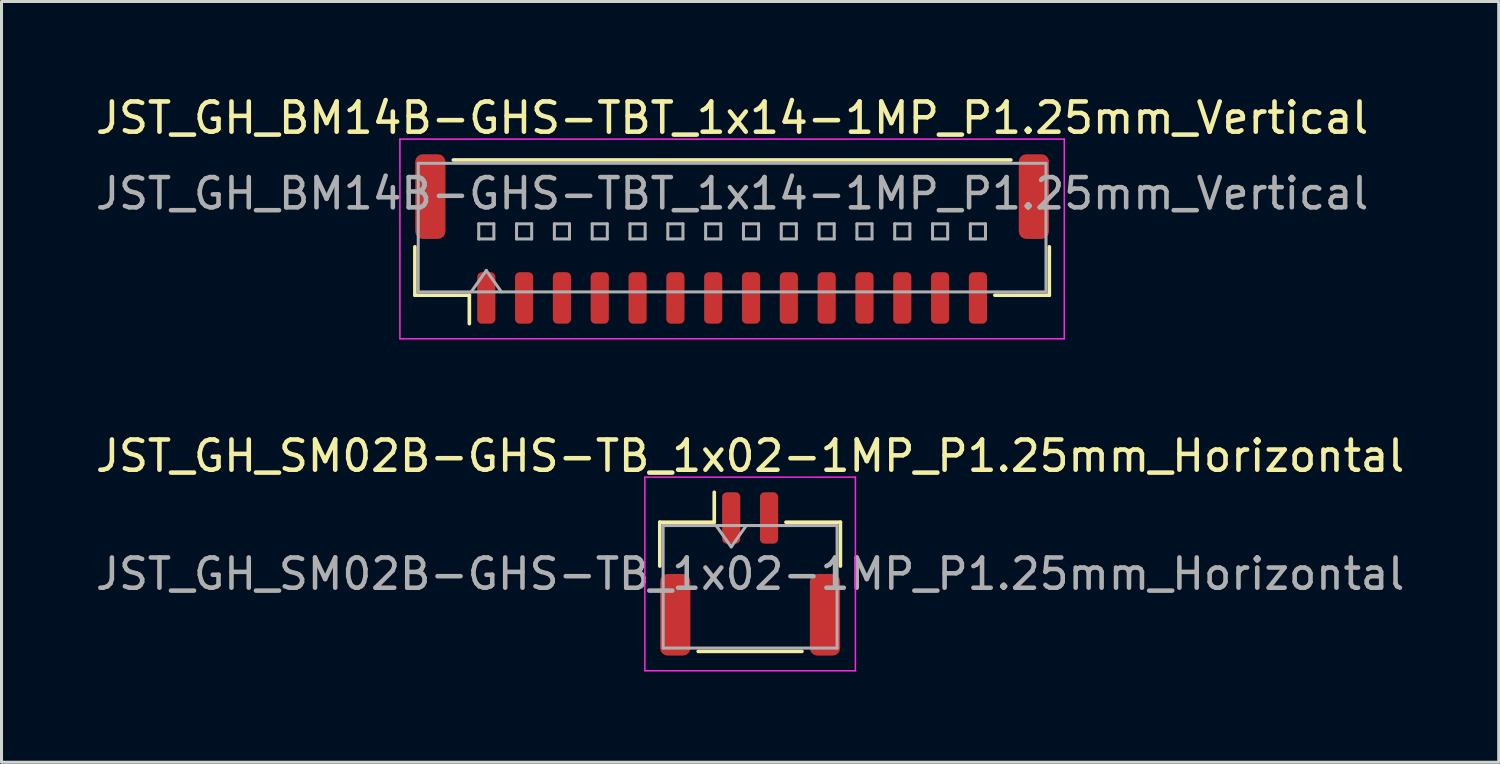
<source format=kicad_pcb>
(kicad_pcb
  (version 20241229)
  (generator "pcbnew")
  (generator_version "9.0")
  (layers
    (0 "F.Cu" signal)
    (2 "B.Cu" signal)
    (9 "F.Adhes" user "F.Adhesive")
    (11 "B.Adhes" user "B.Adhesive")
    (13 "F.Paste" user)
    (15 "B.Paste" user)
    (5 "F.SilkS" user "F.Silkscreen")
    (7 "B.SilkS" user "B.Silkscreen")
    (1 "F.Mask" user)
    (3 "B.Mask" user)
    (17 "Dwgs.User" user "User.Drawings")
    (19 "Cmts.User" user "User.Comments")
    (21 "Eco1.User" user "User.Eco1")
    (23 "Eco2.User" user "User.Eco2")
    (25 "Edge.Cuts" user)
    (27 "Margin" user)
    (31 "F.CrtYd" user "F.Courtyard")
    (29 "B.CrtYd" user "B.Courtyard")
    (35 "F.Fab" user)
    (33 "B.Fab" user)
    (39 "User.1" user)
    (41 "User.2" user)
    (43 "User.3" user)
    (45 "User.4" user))
  (footprint "JST_GH_SM02B-GHS-TB_1x02-1MP_P1.25mm_Horizontal"
    (layer "F.Cu")
    (at 21.744 15.921)
    (property "Reference" "JST_GH_SM02B-GHS-TB_1x02-1MP_P1.25mm_Horizontal" (at 0 -3.9 0) (layer "F.SilkS") (effects (font (size 1 1) (thickness 0.15))))
    (attr smd)
    (fp_line (start -2.985 -1.71) (end -1.185 -1.71) (stroke (width 0.12) (type solid)) (layer "F.SilkS"))
    (fp_line (start -2.985 -0.26) (end -2.985 -1.71) (stroke (width 0.12) (type solid)) (layer "F.SilkS"))
    (fp_line (start -1.715 2.56) (end 1.715 2.56) (stroke (width 0.12) (type solid)) (layer "F.SilkS"))
    (fp_line (start -1.185 -1.71) (end -1.185 -2.7) (stroke (width 0.12) (type solid)) (layer "F.SilkS"))
    (fp_line (start 2.985 -1.71) (end 1.185 -1.71) (stroke (width 0.12) (type solid)) (layer "F.SilkS"))
    (fp_line (start 2.985 -0.26) (end 2.985 -1.71) (stroke (width 0.12) (type solid)) (layer "F.SilkS"))
    (fp_line (start -3.48 -3.2) (end -3.48 3.2) (stroke (width 0.05) (type solid)) (layer "F.CrtYd"))
    (fp_line (start -3.48 3.2) (end 3.48 3.2) (stroke (width 0.05) (type solid)) (layer "F.CrtYd"))
    (fp_line (start 3.48 -3.2) (end -3.48 -3.2) (stroke (width 0.05) (type solid)) (layer "F.CrtYd"))
    (fp_line (start 3.48 3.2) (end 3.48 -3.2) (stroke (width 0.05) (type solid)) (layer "F.CrtYd"))
    (fp_line (start -2.875 -1.6) (end -2.875 2.45) (stroke (width 0.1) (type solid)) (layer "F.Fab"))
    (fp_line (start -2.875 -1.6) (end 2.875 -1.6) (stroke (width 0.1) (type solid)) (layer "F.Fab"))
    (fp_line (start -2.875 2.45) (end 2.875 2.45) (stroke (width 0.1) (type solid)) (layer "F.Fab"))
    (fp_line (start -1.125 -1.6) (end -0.625 -0.893) (stroke (width 0.1) (type solid)) (layer "F.Fab"))
    (fp_line (start -0.625 -0.893) (end -0.125 -1.6) (stroke (width 0.1) (type solid)) (layer "F.Fab"))
    (fp_line (start 2.875 -1.6) (end 2.875 2.45) (stroke (width 0.1) (type solid)) (layer "F.Fab"))
    (fp_text user "${REFERENCE}" (at 0 0 0) (layer "F.Fab") (effects (font (size 1 1) (thickness 0.15))))
    (pad "1" smd roundrect (at -0.625 -1.85) (size 0.6 1.7) (layers "F.Cu" "F.Mask" "F.Paste") (roundrect_rratio 0.25))
    (pad "2" smd roundrect (at 0.625 -1.85) (size 0.6 1.7) (layers "F.Cu" "F.Mask" "F.Paste") (roundrect_rratio 0.25))
    (pad "MP" smd roundrect (at -2.475 1.35) (size 1 2.7) (layers "F.Cu" "F.Mask" "F.Paste") (roundrect_rratio 0.25))
    (pad "MP" smd roundrect (at 2.475 1.35) (size 1 2.7) (layers "F.Cu" "F.Mask" "F.Paste") (roundrect_rratio 0.25)))
  (footprint "JST_GH_BM14B-GHS-TBT_1x14-1MP_P1.25mm_Vertical"
    (layer "F.Cu")
    (at 21.149 4.848)
    (property "Reference" "JST_GH_BM14B-GHS-TBT_1x14-1MP_P1.25mm_Vertical" (at 0 -4 0) (layer "F.SilkS") (effects (font (size 1 1) (thickness 0.15))))
    (attr smd)
    (fp_line (start -10.485 0.26) (end -10.485 1.86) (stroke (width 0.12) (type solid)) (layer "F.SilkS"))
    (fp_line (start -10.485 1.86) (end -8.685 1.86) (stroke (width 0.12) (type solid)) (layer "F.SilkS"))
    (fp_line (start -9.215 -2.61) (end 9.215 -2.61) (stroke (width 0.12) (type solid)) (layer "F.SilkS"))
    (fp_line (start -8.685 1.86) (end -8.685 2.8) (stroke (width 0.12) (type solid)) (layer "F.SilkS"))
    (fp_line (start 10.485 0.26) (end 10.485 1.86) (stroke (width 0.12) (type solid)) (layer "F.SilkS"))
    (fp_line (start 10.485 1.86) (end 8.685 1.86) (stroke (width 0.12) (type solid)) (layer "F.SilkS"))
    (fp_line (start -10.98 -3.3) (end -10.98 3.3) (stroke (width 0.05) (type solid)) (layer "F.CrtYd"))
    (fp_line (start -10.98 3.3) (end 10.98 3.3) (stroke (width 0.05) (type solid)) (layer "F.CrtYd"))
    (fp_line (start 10.98 -3.3) (end -10.98 -3.3) (stroke (width 0.05) (type solid)) (layer "F.CrtYd"))
    (fp_line (start 10.98 3.3) (end 10.98 -3.3) (stroke (width 0.05) (type solid)) (layer "F.CrtYd"))
    (fp_line (start -10.375 -2.5) (end 10.375 -2.5) (stroke (width 0.1) (type solid)) (layer "F.Fab"))
    (fp_line (start -10.375 1.75) (end -10.375 -2.5) (stroke (width 0.1) (type solid)) (layer "F.Fab"))
    (fp_line (start -10.375 1.75) (end 10.375 1.75) (stroke (width 0.1) (type solid)) (layer "F.Fab"))
    (fp_line (start -8.625 1.75) (end -8.125 1.043) (stroke (width 0.1) (type solid)) (layer "F.Fab"))
    (fp_line (start -8.375 -0.5) (end -8.375 0) (stroke (width 0.1) (type solid)) (layer "F.Fab"))
    (fp_line (start -8.375 0) (end -7.875 0) (stroke (width 0.1) (type solid)) (layer "F.Fab"))
    (fp_line (start -8.125 1.043) (end -7.625 1.75) (stroke (width 0.1) (type solid)) (layer "F.Fab"))
    (fp_line (start -7.875 -0.5) (end -8.375 -0.5) (stroke (width 0.1) (type solid)) (layer "F.Fab"))
    (fp_line (start -7.875 0) (end -7.875 -0.5) (stroke (width 0.1) (type solid)) (layer "F.Fab"))
    (fp_line (start -7.125 -0.5) (end -7.125 0) (stroke (width 0.1) (type solid)) (layer "F.Fab"))
    (fp_line (start -7.125 0) (end -6.625 0) (stroke (width 0.1) (type solid)) (layer "F.Fab"))
    (fp_line (start -6.625 -0.5) (end -7.125 -0.5) (stroke (width 0.1) (type solid)) (layer "F.Fab"))
    (fp_line (start -6.625 0) (end -6.625 -0.5) (stroke (width 0.1) (type solid)) (layer "F.Fab"))
    (fp_line (start -5.875 -0.5) (end -5.875 0) (stroke (width 0.1) (type solid)) (layer "F.Fab"))
    (fp_line (start -5.875 0) (end -5.375 0) (stroke (width 0.1) (type solid)) (layer "F.Fab"))
    (fp_line (start -5.375 -0.5) (end -5.875 -0.5) (stroke (width 0.1) (type solid)) (layer "F.Fab"))
    (fp_line (start -5.375 0) (end -5.375 -0.5) (stroke (width 0.1) (type solid)) (layer "F.Fab"))
    (fp_line (start -4.625 -0.5) (end -4.625 0) (stroke (width 0.1) (type solid)) (layer "F.Fab"))
    (fp_line (start -4.625 0) (end -4.125 0) (stroke (width 0.1) (type solid)) (layer "F.Fab"))
    (fp_line (start -4.125 -0.5) (end -4.625 -0.5) (stroke (width 0.1) (type solid)) (layer "F.Fab"))
    (fp_line (start -4.125 0) (end -4.125 -0.5) (stroke (width 0.1) (type solid)) (layer "F.Fab"))
    (fp_line (start -3.375 -0.5) (end -3.375 0) (stroke (width 0.1) (type solid)) (layer "F.Fab"))
    (fp_line (start -3.375 0) (end -2.875 0) (stroke (width 0.1) (type solid)) (layer "F.Fab"))
    (fp_line (start -2.875 -0.5) (end -3.375 -0.5) (stroke (width 0.1) (type solid)) (layer "F.Fab"))
    (fp_line (start -2.875 0) (end -2.875 -0.5) (stroke (width 0.1) (type solid)) (layer "F.Fab"))
    (fp_line (start -2.125 -0.5) (end -2.125 0) (stroke (width 0.1) (type solid)) (layer "F.Fab"))
    (fp_line (start -2.125 0) (end -1.625 0) (stroke (width 0.1) (type solid)) (layer "F.Fab"))
    (fp_line (start -1.625 -0.5) (end -2.125 -0.5) (stroke (width 0.1) (type solid)) (layer "F.Fab"))
    (fp_line (start -1.625 0) (end -1.625 -0.5) (stroke (width 0.1) (type solid)) (layer "F.Fab"))
    (fp_line (start -0.875 -0.5) (end -0.875 0) (stroke (width 0.1) (type solid)) (layer "F.Fab"))
    (fp_line (start -0.875 0) (end -0.375 0) (stroke (width 0.1) (type solid)) (layer "F.Fab"))
    (fp_line (start -0.375 -0.5) (end -0.875 -0.5) (stroke (width 0.1) (type solid)) (layer "F.Fab"))
    (fp_line (start -0.375 0) (end -0.375 -0.5) (stroke (width 0.1) (type solid)) (layer "F.Fab"))
    (fp_line (start 0.375 -0.5) (end 0.375 0) (stroke (width 0.1) (type solid)) (layer "F.Fab"))
    (fp_line (start 0.375 0) (end 0.875 0) (stroke (width 0.1) (type solid)) (layer "F.Fab"))
    (fp_line (start 0.875 -0.5) (end 0.375 -0.5) (stroke (width 0.1) (type solid)) (layer "F.Fab"))
    (fp_line (start 0.875 0) (end 0.875 -0.5) (stroke (width 0.1) (type solid)) (layer "F.Fab"))
    (fp_line (start 1.625 -0.5) (end 1.625 0) (stroke (width 0.1) (type solid)) (layer "F.Fab"))
    (fp_line (start 1.625 0) (end 2.125 0) (stroke (width 0.1) (type solid)) (layer "F.Fab"))
    (fp_line (start 2.125 -0.5) (end 1.625 -0.5) (stroke (width 0.1) (type solid)) (layer "F.Fab"))
    (fp_line (start 2.125 0) (end 2.125 -0.5) (stroke (width 0.1) (type solid)) (layer "F.Fab"))
    (fp_line (start 2.875 -0.5) (end 2.875 0) (stroke (width 0.1) (type solid)) (layer "F.Fab"))
    (fp_line (start 2.875 0) (end 3.375 0) (stroke (width 0.1) (type solid)) (layer "F.Fab"))
    (fp_line (start 3.375 -0.5) (end 2.875 -0.5) (stroke (width 0.1) (type solid)) (layer "F.Fab"))
    (fp_line (start 3.375 0) (end 3.375 -0.5) (stroke (width 0.1) (type solid)) (layer "F.Fab"))
    (fp_line (start 4.125 -0.5) (end 4.125 0) (stroke (width 0.1) (type solid)) (layer "F.Fab"))
    (fp_line (start 4.125 0) (end 4.625 0) (stroke (width 0.1) (type solid)) (layer "F.Fab"))
    (fp_line (start 4.625 -0.5) (end 4.125 -0.5) (stroke (width 0.1) (type solid)) (layer "F.Fab"))
    (fp_line (start 4.625 0) (end 4.625 -0.5) (stroke (width 0.1) (type solid)) (layer "F.Fab"))
    (fp_line (start 5.375 -0.5) (end 5.375 0) (stroke (width 0.1) (type solid)) (layer "F.Fab"))
    (fp_line (start 5.375 0) (end 5.875 0) (stroke (width 0.1) (type solid)) (layer "F.Fab"))
    (fp_line (start 5.875 -0.5) (end 5.375 -0.5) (stroke (width 0.1) (type solid)) (layer "F.Fab"))
    (fp_line (start 5.875 0) (end 5.875 -0.5) (stroke (width 0.1) (type solid)) (layer "F.Fab"))
    (fp_line (start 6.625 -0.5) (end 6.625 0) (stroke (width 0.1) (type solid)) (layer "F.Fab"))
    (fp_line (start 6.625 0) (end 7.125 0) (stroke (width 0.1) (type solid)) (layer "F.Fab"))
    (fp_line (start 7.125 -0.5) (end 6.625 -0.5) (stroke (width 0.1) (type solid)) (layer "F.Fab"))
    (fp_line (start 7.125 0) (end 7.125 -0.5) (stroke (width 0.1) (type solid)) (layer "F.Fab"))
    (fp_line (start 7.875 -0.5) (end 7.875 0) (stroke (width 0.1) (type solid)) (layer "F.Fab"))
    (fp_line (start 7.875 0) (end 8.375 0) (stroke (width 0.1) (type solid)) (layer "F.Fab"))
    (fp_line (start 8.375 -0.5) (end 7.875 -0.5) (stroke (width 0.1) (type solid)) (layer "F.Fab"))
    (fp_line (start 8.375 0) (end 8.375 -0.5) (stroke (width 0.1) (type solid)) (layer "F.Fab"))
    (fp_line (start 10.375 1.75) (end 10.375 -2.5) (stroke (width 0.1) (type solid)) (layer "F.Fab"))
    (fp_text user "${REFERENCE}" (at 0 -1.5 0) (layer "F.Fab") (effects (font (size 1 1) (thickness 0.15))))
    (pad "1" smd roundrect (at -8.125 1.95) (size 0.6 1.7) (layers "F.Cu" "F.Mask" "F.Paste") (roundrect_rratio 0.25))
    (pad "2" smd roundrect (at -6.875 1.95) (size 0.6 1.7) (layers "F.Cu" "F.Mask" "F.Paste") (roundrect_rratio 0.25))
    (pad "3" smd roundrect (at -5.625 1.95) (size 0.6 1.7) (layers "F.Cu" "F.Mask" "F.Paste") (roundrect_rratio 0.25))
    (pad "4" smd roundrect (at -4.375 1.95) (size 0.6 1.7) (layers "F.Cu" "F.Mask" "F.Paste") (roundrect_rratio 0.25))
    (pad "5" smd roundrect (at -3.125 1.95) (size 0.6 1.7) (layers "F.Cu" "F.Mask" "F.Paste") (roundrect_rratio 0.25))
    (pad "6" smd roundrect (at -1.875 1.95) (size 0.6 1.7) (layers "F.Cu" "F.Mask" "F.Paste") (roundrect_rratio 0.25))
    (pad "7" smd roundrect (at -0.625 1.95) (size 0.6 1.7) (layers "F.Cu" "F.Mask" "F.Paste") (roundrect_rratio 0.25))
    (pad "8" smd roundrect (at 0.625 1.95) (size 0.6 1.7) (layers "F.Cu" "F.Mask" "F.Paste") (roundrect_rratio 0.25))
    (pad "9" smd roundrect (at 1.875 1.95) (size 0.6 1.7) (layers "F.Cu" "F.Mask" "F.Paste") (roundrect_rratio 0.25))
    (pad "10" smd roundrect (at 3.125 1.95) (size 0.6 1.7) (layers "F.Cu" "F.Mask" "F.Paste") (roundrect_rratio 0.25))
    (pad "11" smd roundrect (at 4.375 1.95) (size 0.6 1.7) (layers "F.Cu" "F.Mask" "F.Paste") (roundrect_rratio 0.25))
    (pad "12" smd roundrect (at 5.625 1.95) (size 0.6 1.7) (layers "F.Cu" "F.Mask" "F.Paste") (roundrect_rratio 0.25))
    (pad "13" smd roundrect (at 6.875 1.95) (size 0.6 1.7) (layers "F.Cu" "F.Mask" "F.Paste") (roundrect_rratio 0.25))
    (pad "14" smd roundrect (at 8.125 1.95) (size 0.6 1.7) (layers "F.Cu" "F.Mask" "F.Paste") (roundrect_rratio 0.25))
    (pad "MP" smd roundrect (at -9.975 -1.4) (size 1 2.8) (layers "F.Cu" "F.Mask" "F.Paste") (roundrect_rratio 0.25))
    (pad "MP" smd roundrect (at 9.975 -1.4) (size 1 2.8) (layers "F.Cu" "F.Mask" "F.Paste") (roundrect_rratio 0.25)))
  (gr_rect
    (start -3 -3)
    (end 46.488 22.146)
    (stroke (width 0.1) (type default))
    (fill no)
    (layer "Edge.Cuts")))
</source>
